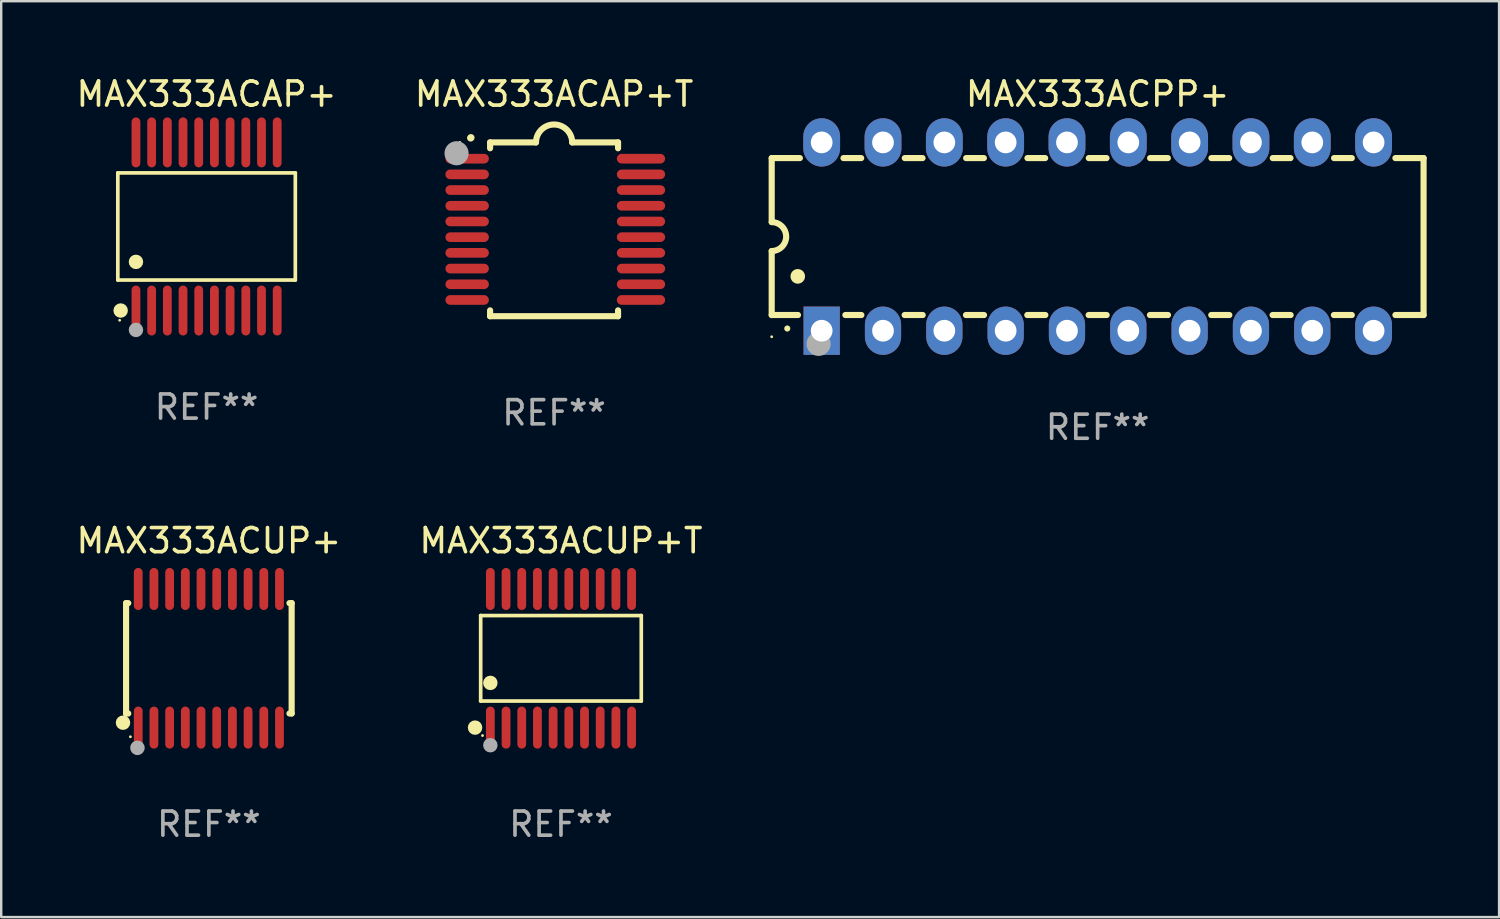
<source format=kicad_pcb>
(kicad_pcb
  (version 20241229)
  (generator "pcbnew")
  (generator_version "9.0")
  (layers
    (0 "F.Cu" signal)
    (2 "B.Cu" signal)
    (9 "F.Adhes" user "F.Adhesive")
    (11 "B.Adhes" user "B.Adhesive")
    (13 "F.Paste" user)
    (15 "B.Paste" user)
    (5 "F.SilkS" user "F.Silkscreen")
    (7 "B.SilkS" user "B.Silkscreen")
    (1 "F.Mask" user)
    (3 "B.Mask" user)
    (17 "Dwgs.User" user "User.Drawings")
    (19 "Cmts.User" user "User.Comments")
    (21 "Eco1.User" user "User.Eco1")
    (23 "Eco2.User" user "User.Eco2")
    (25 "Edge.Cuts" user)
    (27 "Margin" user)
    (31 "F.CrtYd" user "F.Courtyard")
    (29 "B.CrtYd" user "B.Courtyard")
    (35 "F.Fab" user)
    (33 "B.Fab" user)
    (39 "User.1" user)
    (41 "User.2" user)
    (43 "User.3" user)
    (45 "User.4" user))
  (footprint "MAX333ACAP+T"
    (layer "F.Cu")
    (at 19.899 6.448)
    (property "Reference" "MAX333ACAP+T" (at 0 -5.6 0) (layer "F.SilkS") (effects (font (size 1 1) (thickness 0.15))))
    (attr through_hole)
    (fp_line (start -2.65 -3.6) (end -2.65 -3.357) (stroke (width 0.254) (type solid)) (layer "F.SilkS"))
    (fp_line (start -2.65 -3.6) (end -0.75 -3.6) (stroke (width 0.254) (type solid)) (layer "F.SilkS"))
    (fp_line (start -2.65 3.357) (end -2.65 3.6) (stroke (width 0.254) (type solid)) (layer "F.SilkS"))
    (fp_line (start 2.65 -3.6) (end 0.75 -3.6) (stroke (width 0.254) (type solid)) (layer "F.SilkS"))
    (fp_line (start 2.65 -3.6) (end 2.65 -3.357) (stroke (width 0.254) (type solid)) (layer "F.SilkS"))
    (fp_line (start 2.65 3.357) (end 2.65 3.6) (stroke (width 0.254) (type solid)) (layer "F.SilkS"))
    (fp_line (start 2.65 3.6) (end -2.65 3.6) (stroke (width 0.254) (type solid)) (layer "F.SilkS"))
    (fp_arc (start -3.454407 -3.784608) (mid -3.449499 -3.78986) (end -3.444247 -3.794768) (stroke (width 0.3) (type solid)) (layer "F.SilkS"))
    (fp_arc (start -0.749301 -3.599186) (mid -0.000051 -4.348844) (end 0.750013 -3.6) (stroke (width 0.254001) (type solid)) (layer "F.SilkS"))
    (fp_circle (center -3.9 -3.6) (end -3.87 -3.6) (stroke (width 0.06) (type solid)) (fill no) (layer "F.SilkS"))
    (fp_circle (center -4.039 -3.15) (end -3.789 -3.15) (stroke (width 0.5) (type solid)) (fill no) (layer "F.Fab"))
    (fp_text user "REF**" (at 0 7.6 0) (layer "F.Fab") (effects (font (size 1 1) (thickness 0.15))))
    (pad "1" smd oval (at -3.6 -2.926 90) (size 0.4 1.8) (layers "F.Cu" "F.Mask" "F.Paste"))
    (pad "2" smd oval (at -3.6 -2.276 90) (size 0.4 1.8) (layers "F.Cu" "F.Mask" "F.Paste"))
    (pad "3" smd oval (at -3.6 -1.626 90) (size 0.4 1.8) (layers "F.Cu" "F.Mask" "F.Paste"))
    (pad "4" smd oval (at -3.6 -0.975 90) (size 0.4 1.8) (layers "F.Cu" "F.Mask" "F.Paste"))
    (pad "5" smd oval (at -3.6 -0.325 90) (size 0.4 1.8) (layers "F.Cu" "F.Mask" "F.Paste"))
    (pad "6" smd oval (at -3.6 0.325 90) (size 0.4 1.8) (layers "F.Cu" "F.Mask" "F.Paste"))
    (pad "7" smd oval (at -3.6 0.975 90) (size 0.4 1.8) (layers "F.Cu" "F.Mask" "F.Paste"))
    (pad "8" smd oval (at -3.6 1.626 90) (size 0.4 1.8) (layers "F.Cu" "F.Mask" "F.Paste"))
    (pad "9" smd oval (at -3.6 2.276 90) (size 0.4 1.8) (layers "F.Cu" "F.Mask" "F.Paste"))
    (pad "10" smd oval (at -3.6 2.926 90) (size 0.4 1.8) (layers "F.Cu" "F.Mask" "F.Paste"))
    (pad "11" smd oval (at 3.6 2.926 90) (size 0.4 2) (layers "F.Cu" "F.Mask" "F.Paste"))
    (pad "12" smd oval (at 3.6 2.276 90) (size 0.4 2) (layers "F.Cu" "F.Mask" "F.Paste"))
    (pad "13" smd oval (at 3.6 1.626 90) (size 0.4 2) (layers "F.Cu" "F.Mask" "F.Paste"))
    (pad "14" smd oval (at 3.6 0.975 90) (size 0.4 2) (layers "F.Cu" "F.Mask" "F.Paste"))
    (pad "15" smd oval (at 3.6 0.325 90) (size 0.4 2) (layers "F.Cu" "F.Mask" "F.Paste"))
    (pad "16" smd oval (at 3.6 -0.325 90) (size 0.4 2) (layers "F.Cu" "F.Mask" "F.Paste"))
    (pad "17" smd oval (at 3.6 -0.975 90) (size 0.4 2) (layers "F.Cu" "F.Mask" "F.Paste"))
    (pad "18" smd oval (at 3.6 -1.626 90) (size 0.4 2) (layers "F.Cu" "F.Mask" "F.Paste"))
    (pad "19" smd oval (at 3.6 -2.276 90) (size 0.4 2) (layers "F.Cu" "F.Mask" "F.Paste"))
    (pad "20" smd oval (at 3.6 -2.926 90) (size 0.4 2) (layers "F.Cu" "F.Mask" "F.Paste")))
  (footprint "MAX333ACAP+"
    (layer "F.Cu")
    (at 5.506 6.33)
    (property "Reference" "MAX333ACAP+" (at 0 -5.482 0) (layer "F.SilkS") (effects (font (size 1 1) (thickness 0.15))))
    (attr through_hole)
    (fp_line (start -3.676 -2.219) (end 3.676 -2.219) (stroke (width 0.152) (type solid)) (layer "F.SilkS"))
    (fp_line (start -3.676 2.219) (end -3.676 -2.219) (stroke (width 0.152) (type solid)) (layer "F.SilkS"))
    (fp_line (start 3.676 -2.219) (end 3.676 2.219) (stroke (width 0.152) (type solid)) (layer "F.SilkS"))
    (fp_line (start 3.676 2.219) (end -3.676 2.219) (stroke (width 0.152) (type solid)) (layer "F.SilkS"))
    (fp_circle (center -3.6 3.885) (end -3.57 3.885) (stroke (width 0.06) (type solid)) (fill no) (layer "F.SilkS"))
    (fp_circle (center -3.559 3.482) (end -3.409 3.482) (stroke (width 0.3) (type solid)) (fill no) (layer "F.SilkS"))
    (fp_circle (center -2.925 1.467) (end -2.775 1.467) (stroke (width 0.3) (type solid)) (fill no) (layer "F.SilkS"))
    (fp_circle (center -2.925 4.285) (end -2.775 4.285) (stroke (width 0.3) (type solid)) (fill no) (layer "F.Fab"))
    (fp_text user "REF**" (at 0 7.482 0) (layer "F.Fab") (effects (font (size 1 1) (thickness 0.15))))
    (pad "1" smd oval (at -2.925 3.482) (size 0.364 2.069) (layers "F.Cu" "F.Mask" "F.Paste"))
    (pad "2" smd oval (at -2.275 3.482) (size 0.364 2.069) (layers "F.Cu" "F.Mask" "F.Paste"))
    (pad "3" smd oval (at -1.625 3.482) (size 0.364 2.069) (layers "F.Cu" "F.Mask" "F.Paste"))
    (pad "4" smd oval (at -0.975 3.482) (size 0.364 2.069) (layers "F.Cu" "F.Mask" "F.Paste"))
    (pad "5" smd oval (at -0.325 3.482) (size 0.364 2.069) (layers "F.Cu" "F.Mask" "F.Paste"))
    (pad "6" smd oval (at 0.325 3.482) (size 0.364 2.069) (layers "F.Cu" "F.Mask" "F.Paste"))
    (pad "7" smd oval (at 0.975 3.482) (size 0.364 2.069) (layers "F.Cu" "F.Mask" "F.Paste"))
    (pad "8" smd oval (at 1.625 3.482) (size 0.364 2.069) (layers "F.Cu" "F.Mask" "F.Paste"))
    (pad "9" smd oval (at 2.275 3.482) (size 0.364 2.069) (layers "F.Cu" "F.Mask" "F.Paste"))
    (pad "10" smd oval (at 2.925 3.482) (size 0.364 2.069) (layers "F.Cu" "F.Mask" "F.Paste"))
    (pad "11" smd oval (at 2.925 -3.482) (size 0.364 2.069) (layers "F.Cu" "F.Mask" "F.Paste"))
    (pad "12" smd oval (at 2.275 -3.482) (size 0.364 2.069) (layers "F.Cu" "F.Mask" "F.Paste"))
    (pad "13" smd oval (at 1.625 -3.482) (size 0.364 2.069) (layers "F.Cu" "F.Mask" "F.Paste"))
    (pad "14" smd oval (at 0.975 -3.482) (size 0.364 2.069) (layers "F.Cu" "F.Mask" "F.Paste"))
    (pad "15" smd oval (at 0.325 -3.482) (size 0.364 2.069) (layers "F.Cu" "F.Mask" "F.Paste"))
    (pad "16" smd oval (at -0.325 -3.482) (size 0.364 2.069) (layers "F.Cu" "F.Mask" "F.Paste"))
    (pad "17" smd oval (at -0.975 -3.482) (size 0.364 2.069) (layers "F.Cu" "F.Mask" "F.Paste"))
    (pad "18" smd oval (at -1.625 -3.482) (size 0.364 2.069) (layers "F.Cu" "F.Mask" "F.Paste"))
    (pad "19" smd oval (at -2.275 -3.482) (size 0.364 2.069) (layers "F.Cu" "F.Mask" "F.Paste"))
    (pad "20" smd oval (at -2.925 -3.482) (size 0.364 2.069) (layers "F.Cu" "F.Mask" "F.Paste")))
  (footprint "MAX333ACUP+"
    (layer "F.Cu")
    (at 5.601 24.216)
    (property "Reference" "MAX333ACUP+" (at 0 -4.871 0) (layer "F.SilkS") (effects (font (size 1 1) (thickness 0.15))))
    (attr through_hole)
    (fp_line (start -3.429 -2.286) (end -3.429 2.286) (stroke (width 0.254) (type solid)) (layer "F.SilkS"))
    (fp_line (start -3.429 2.286) (end -3.338 2.286) (stroke (width 0.254) (type solid)) (layer "F.SilkS"))
    (fp_line (start -3.338 -2.286) (end -3.429 -2.286) (stroke (width 0.254) (type solid)) (layer "F.SilkS"))
    (fp_line (start 3.338 -2.286) (end 3.429 -2.286) (stroke (width 0.254) (type solid)) (layer "F.SilkS"))
    (fp_line (start 3.429 -2.286) (end 3.429 2.286) (stroke (width 0.254) (type solid)) (layer "F.SilkS"))
    (fp_line (start 3.429 2.286) (end 3.338 2.286) (stroke (width 0.254) (type solid)) (layer "F.SilkS"))
    (fp_circle (center -3.556 2.667) (end -3.406 2.667) (stroke (width 0.3) (type solid)) (fill no) (layer "F.SilkS"))
    (fp_circle (center -3.25 3.25) (end -3.22 3.25) (stroke (width 0.06) (type solid)) (fill no) (layer "F.SilkS"))
    (fp_circle (center -2.959 3.707) (end -2.808 3.707) (stroke (width 0.3) (type solid)) (fill no) (layer "F.Fab"))
    (fp_text user "REF**" (at 0 6.871 0) (layer "F.Fab") (effects (font (size 1 1) (thickness 0.15))))
    (pad "1" smd oval (at -2.925 2.871) (size 0.364 1.742) (layers "F.Cu" "F.Mask" "F.Paste"))
    (pad "2" smd oval (at -2.275 2.871) (size 0.364 1.742) (layers "F.Cu" "F.Mask" "F.Paste"))
    (pad "3" smd oval (at -1.625 2.871) (size 0.364 1.742) (layers "F.Cu" "F.Mask" "F.Paste"))
    (pad "4" smd oval (at -0.975 2.871) (size 0.364 1.742) (layers "F.Cu" "F.Mask" "F.Paste"))
    (pad "5" smd oval (at -0.325 2.871) (size 0.364 1.742) (layers "F.Cu" "F.Mask" "F.Paste"))
    (pad "6" smd oval (at 0.325 2.871) (size 0.364 1.742) (layers "F.Cu" "F.Mask" "F.Paste"))
    (pad "7" smd oval (at 0.975 2.871) (size 0.364 1.742) (layers "F.Cu" "F.Mask" "F.Paste"))
    (pad "8" smd oval (at 1.625 2.871) (size 0.364 1.742) (layers "F.Cu" "F.Mask" "F.Paste"))
    (pad "9" smd oval (at 2.275 2.871) (size 0.364 1.742) (layers "F.Cu" "F.Mask" "F.Paste"))
    (pad "10" smd oval (at 2.925 2.871) (size 0.364 1.742) (layers "F.Cu" "F.Mask" "F.Paste"))
    (pad "11" smd oval (at 2.925 -2.871) (size 0.364 1.742) (layers "F.Cu" "F.Mask" "F.Paste"))
    (pad "12" smd oval (at 2.275 -2.871) (size 0.364 1.742) (layers "F.Cu" "F.Mask" "F.Paste"))
    (pad "13" smd oval (at 1.625 -2.871) (size 0.364 1.742) (layers "F.Cu" "F.Mask" "F.Paste"))
    (pad "14" smd oval (at 0.975 -2.871) (size 0.364 1.742) (layers "F.Cu" "F.Mask" "F.Paste"))
    (pad "15" smd oval (at 0.325 -2.871) (size 0.364 1.742) (layers "F.Cu" "F.Mask" "F.Paste"))
    (pad "16" smd oval (at -0.325 -2.871) (size 0.364 1.742) (layers "F.Cu" "F.Mask" "F.Paste"))
    (pad "17" smd oval (at -0.975 -2.871) (size 0.364 1.742) (layers "F.Cu" "F.Mask" "F.Paste"))
    (pad "18" smd oval (at -1.625 -2.871) (size 0.364 1.742) (layers "F.Cu" "F.Mask" "F.Paste"))
    (pad "19" smd oval (at -2.275 -2.871) (size 0.364 1.742) (layers "F.Cu" "F.Mask" "F.Paste"))
    (pad "20" smd oval (at -2.925 -2.871) (size 0.364 1.742) (layers "F.Cu" "F.Mask" "F.Paste")))
  (footprint "MAX333ACUP+T"
    (layer "F.Cu")
    (at 20.185 24.216)
    (property "Reference" "MAX333ACUP+T" (at 0 -4.871 0) (layer "F.SilkS") (effects (font (size 1 1) (thickness 0.15))))
    (attr through_hole)
    (fp_line (start -3.326 -1.771) (end 3.326 -1.771) (stroke (width 0.152) (type solid)) (layer "F.SilkS"))
    (fp_line (start -3.326 1.771) (end -3.326 -1.771) (stroke (width 0.152) (type solid)) (layer "F.SilkS"))
    (fp_line (start 3.326 -1.771) (end 3.326 1.771) (stroke (width 0.152) (type solid)) (layer "F.SilkS"))
    (fp_line (start 3.326 1.771) (end -3.326 1.771) (stroke (width 0.152) (type solid)) (layer "F.SilkS"))
    (fp_circle (center -3.559 2.871) (end -3.409 2.871) (stroke (width 0.3) (type solid)) (fill no) (layer "F.SilkS"))
    (fp_circle (center -3.25 3.2) (end -3.22 3.2) (stroke (width 0.06) (type solid)) (fill no) (layer "F.SilkS"))
    (fp_circle (center -2.925 1.019) (end -2.775 1.019) (stroke (width 0.3) (type solid)) (fill no) (layer "F.SilkS"))
    (fp_circle (center -2.925 3.6) (end -2.775 3.6) (stroke (width 0.3) (type solid)) (fill no) (layer "F.Fab"))
    (fp_text user "REF**" (at 0 6.871 0) (layer "F.Fab") (effects (font (size 1 1) (thickness 0.15))))
    (pad "1" smd oval (at -2.925 2.871) (size 0.364 1.742) (layers "F.Cu" "F.Mask" "F.Paste"))
    (pad "2" smd oval (at -2.275 2.871) (size 0.364 1.742) (layers "F.Cu" "F.Mask" "F.Paste"))
    (pad "3" smd oval (at -1.625 2.871) (size 0.364 1.742) (layers "F.Cu" "F.Mask" "F.Paste"))
    (pad "4" smd oval (at -0.975 2.871) (size 0.364 1.742) (layers "F.Cu" "F.Mask" "F.Paste"))
    (pad "5" smd oval (at -0.325 2.871) (size 0.364 1.742) (layers "F.Cu" "F.Mask" "F.Paste"))
    (pad "6" smd oval (at 0.325 2.871) (size 0.364 1.742) (layers "F.Cu" "F.Mask" "F.Paste"))
    (pad "7" smd oval (at 0.975 2.871) (size 0.364 1.742) (layers "F.Cu" "F.Mask" "F.Paste"))
    (pad "8" smd oval (at 1.625 2.871) (size 0.364 1.742) (layers "F.Cu" "F.Mask" "F.Paste"))
    (pad "9" smd oval (at 2.275 2.871) (size 0.364 1.742) (layers "F.Cu" "F.Mask" "F.Paste"))
    (pad "10" smd oval (at 2.925 2.871) (size 0.364 1.742) (layers "F.Cu" "F.Mask" "F.Paste"))
    (pad "11" smd oval (at 2.925 -2.871) (size 0.364 1.742) (layers "F.Cu" "F.Mask" "F.Paste"))
    (pad "12" smd oval (at 2.275 -2.871) (size 0.364 1.742) (layers "F.Cu" "F.Mask" "F.Paste"))
    (pad "13" smd oval (at 1.625 -2.871) (size 0.364 1.742) (layers "F.Cu" "F.Mask" "F.Paste"))
    (pad "14" smd oval (at 0.975 -2.871) (size 0.364 1.742) (layers "F.Cu" "F.Mask" "F.Paste"))
    (pad "15" smd oval (at 0.325 -2.871) (size 0.364 1.742) (layers "F.Cu" "F.Mask" "F.Paste"))
    (pad "16" smd oval (at -0.325 -2.871) (size 0.364 1.742) (layers "F.Cu" "F.Mask" "F.Paste"))
    (pad "17" smd oval (at -0.975 -2.871) (size 0.364 1.742) (layers "F.Cu" "F.Mask" "F.Paste"))
    (pad "18" smd oval (at -1.625 -2.871) (size 0.364 1.742) (layers "F.Cu" "F.Mask" "F.Paste"))
    (pad "19" smd oval (at -2.275 -2.871) (size 0.364 1.742) (layers "F.Cu" "F.Mask" "F.Paste"))
    (pad "20" smd oval (at -2.925 -2.871) (size 0.364 1.742) (layers "F.Cu" "F.Mask" "F.Paste")))
  (footprint "MAX333ACPP+"
    (layer "F.Cu")
    (at 42.413 6.748)
    (property "Reference" "MAX333ACPP+" (at 0 -5.9 0) (layer "F.SilkS") (effects (font (size 1 1) (thickness 0.15))))
    (attr through_hole)
    (fp_line (start -13.5 -3.25) (end -12.333 -3.25) (stroke (width 0.254) (type solid)) (layer "F.SilkS"))
    (fp_line (start -13.5 -0.6) (end -13.5 -3.25) (stroke (width 0.254) (type solid)) (layer "F.SilkS"))
    (fp_line (start -13.5 3.25) (end -13.5 0.6) (stroke (width 0.254) (type solid)) (layer "F.SilkS"))
    (fp_line (start -13.5 3.25) (end -12.411 3.25) (stroke (width 0.254) (type solid)) (layer "F.SilkS"))
    (fp_line (start -10.527 -3.25) (end -9.793 -3.25) (stroke (width 0.254) (type solid)) (layer "F.SilkS"))
    (fp_line (start -10.449 3.25) (end -9.786 3.25) (stroke (width 0.254) (type solid)) (layer "F.SilkS"))
    (fp_line (start -7.994 3.25) (end -7.246 3.25) (stroke (width 0.254) (type solid)) (layer "F.SilkS"))
    (fp_line (start -7.987 -3.25) (end -7.253 -3.25) (stroke (width 0.254) (type solid)) (layer "F.SilkS"))
    (fp_line (start -5.454 3.25) (end -4.706 3.25) (stroke (width 0.254) (type solid)) (layer "F.SilkS"))
    (fp_line (start -5.447 -3.25) (end -4.713 -3.25) (stroke (width 0.254) (type solid)) (layer "F.SilkS"))
    (fp_line (start -2.914 3.25) (end -2.166 3.25) (stroke (width 0.254) (type solid)) (layer "F.SilkS"))
    (fp_line (start -2.907 -3.25) (end -2.173 -3.25) (stroke (width 0.254) (type solid)) (layer "F.SilkS"))
    (fp_line (start -0.374 3.25) (end 0.374 3.25) (stroke (width 0.254) (type solid)) (layer "F.SilkS"))
    (fp_line (start -0.367 -3.25) (end 0.367 -3.25) (stroke (width 0.254) (type solid)) (layer "F.SilkS"))
    (fp_line (start 2.166 3.25) (end 2.914 3.25) (stroke (width 0.254) (type solid)) (layer "F.SilkS"))
    (fp_line (start 2.173 -3.25) (end 2.907 -3.25) (stroke (width 0.254) (type solid)) (layer "F.SilkS"))
    (fp_line (start 4.706 3.25) (end 5.454 3.25) (stroke (width 0.254) (type solid)) (layer "F.SilkS"))
    (fp_line (start 4.713 -3.25) (end 5.447 -3.25) (stroke (width 0.254) (type solid)) (layer "F.SilkS"))
    (fp_line (start 7.246 3.25) (end 7.994 3.25) (stroke (width 0.254) (type solid)) (layer "F.SilkS"))
    (fp_line (start 7.253 -3.25) (end 7.987 -3.25) (stroke (width 0.254) (type solid)) (layer "F.SilkS"))
    (fp_line (start 9.786 3.25) (end 10.527 3.25) (stroke (width 0.254) (type solid)) (layer "F.SilkS"))
    (fp_line (start 9.793 -3.25) (end 10.527 -3.25) (stroke (width 0.254) (type solid)) (layer "F.SilkS"))
    (fp_line (start 12.333 -3.25) (end 13.5 -3.25) (stroke (width 0.254) (type solid)) (layer "F.SilkS"))
    (fp_line (start 12.333 3.25) (end 13.5 3.25) (stroke (width 0.254) (type solid)) (layer "F.SilkS"))
    (fp_line (start 13.5 -3.25) (end 13.5 3.25) (stroke (width 0.254) (type solid)) (layer "F.SilkS"))
    (fp_arc (start -13.500127 -0.599442) (mid -12.900406 0.000228) (end -13.500025 0.6) (stroke (width 0.254001) (type solid)) (layer "F.SilkS"))
    (fp_arc (start -12.854966 3.810008) (mid -12.854973 3.808738) (end -12.854966 3.807468) (stroke (width 0.25) (type solid)) (layer "F.SilkS"))
    (fp_arc (start -12.420625 1.651003) (mid -12.420636 1.648463) (end -12.420625 1.645923) (stroke (width 0.6) (type solid)) (layer "F.SilkS"))
    (fp_circle (center -13.5 4.15) (end -13.47 4.15) (stroke (width 0.06) (type solid)) (fill no) (layer "F.SilkS"))
    (fp_circle (center -11.557 4.445) (end -11.307 4.445) (stroke (width 0.5) (type solid)) (fill no) (layer "F.Fab"))
    (fp_text user "REF**" (at 0 7.9 0) (layer "F.Fab") (effects (font (size 1 1) (thickness 0.15))))
    (pad "1" thru_hole rect (at -11.43 3.9 90) (size 2 1.5) (drill 0.9) (layers "*.Cu" "*.Mask"))
    (pad "2" thru_hole oval (at -8.89 3.9 90) (size 2 1.5) (drill 0.9) (layers "*.Cu" "*.Mask"))
    (pad "3" thru_hole oval (at -6.35 3.9 90) (size 2 1.5) (drill 0.9) (layers "*.Cu" "*.Mask"))
    (pad "4" thru_hole oval (at -3.81 3.9 90) (size 2 1.5) (drill 0.9) (layers "*.Cu" "*.Mask"))
    (pad "5" thru_hole oval (at -1.27 3.9 90) (size 2 1.5) (drill 0.9) (layers "*.Cu" "*.Mask"))
    (pad "6" thru_hole oval (at 1.27 3.9 90) (size 2 1.5) (drill 0.9) (layers "*.Cu" "*.Mask"))
    (pad "7" thru_hole oval (at 3.81 3.9 90) (size 2 1.5) (drill 0.9) (layers "*.Cu" "*.Mask"))
    (pad "8" thru_hole oval (at 6.35 3.9 90) (size 2 1.5) (drill 0.9) (layers "*.Cu" "*.Mask"))
    (pad "9" thru_hole oval (at 8.89 3.9 90) (size 2 1.5) (drill 0.9) (layers "*.Cu" "*.Mask"))
    (pad "10" thru_hole oval (at 11.43 3.9 90) (size 2 1.524) (drill 0.9) (layers "*.Cu" "*.Mask"))
    (pad "11" thru_hole oval (at 11.43 -3.9 90) (size 2 1.524) (drill 0.9) (layers "*.Cu" "*.Mask"))
    (pad "12" thru_hole oval (at 8.89 -3.9 90) (size 2 1.524) (drill 0.9) (layers "*.Cu" "*.Mask"))
    (pad "13" thru_hole oval (at 6.35 -3.9 90) (size 2 1.524) (drill 0.9) (layers "*.Cu" "*.Mask"))
    (pad "14" thru_hole oval (at 3.81 -3.9 90) (size 2 1.524) (drill 0.9) (layers "*.Cu" "*.Mask"))
    (pad "15" thru_hole oval (at 1.27 -3.9 90) (size 2 1.524) (drill 0.9) (layers "*.Cu" "*.Mask"))
    (pad "16" thru_hole oval (at -1.27 -3.9 90) (size 2 1.524) (drill 0.9) (layers "*.Cu" "*.Mask"))
    (pad "17" thru_hole oval (at -3.81 -3.9 90) (size 2 1.524) (drill 0.9) (layers "*.Cu" "*.Mask"))
    (pad "18" thru_hole oval (at -6.35 -3.9 90) (size 2 1.524) (drill 0.9) (layers "*.Cu" "*.Mask"))
    (pad "19" thru_hole oval (at -8.89 -3.9 90) (size 2 1.524) (drill 0.9) (layers "*.Cu" "*.Mask"))
    (pad "20" thru_hole oval (at -11.43 -3.9 90) (size 2 1.524) (drill 0.9) (layers "*.Cu" "*.Mask")))
  (gr_rect
    (start -3 -3)
    (end 59.04 34.935)
    (stroke (width 0.1) (type default))
    (fill no)
    (layer "Edge.Cuts")))
</source>
